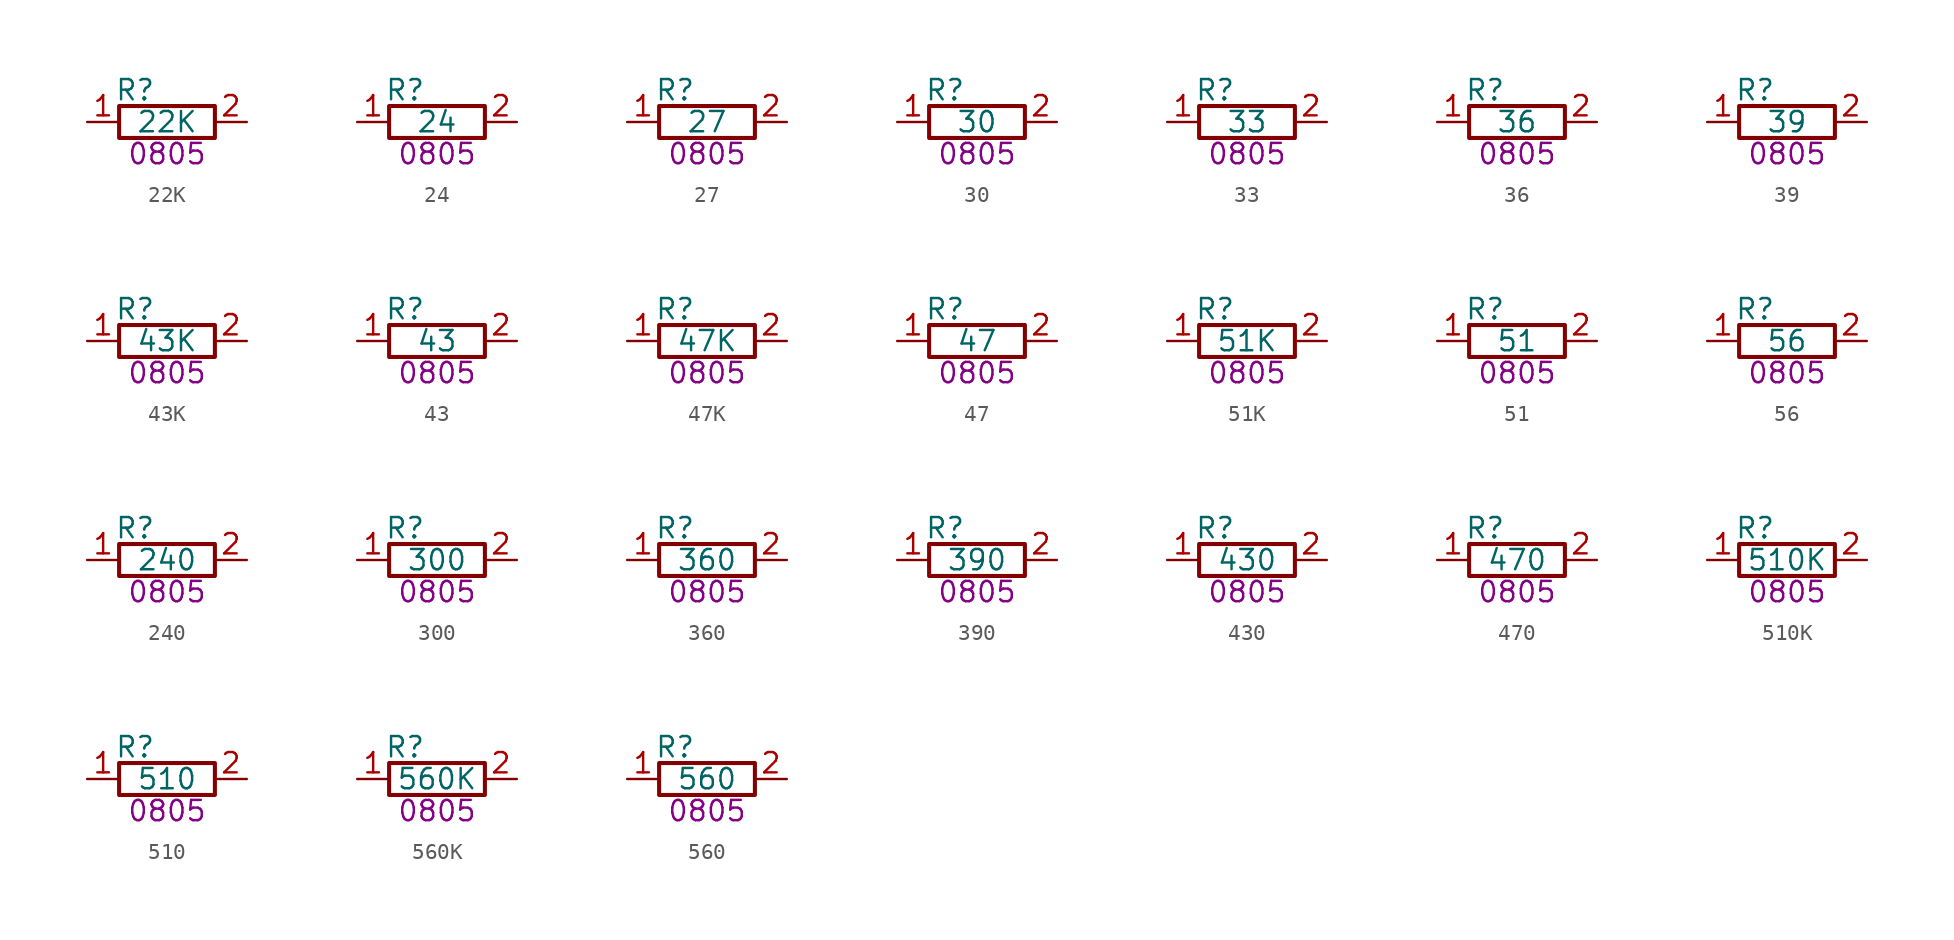
<source format=kicad_sym>
(kicad_symbol_lib
  (version 20211014)
  (generator kicad_symbol_editor)
  (symbol "22K"
    (property "Reference" "R"
      (at -2 1 0)
      (effects (font (size 1.27 1.27))))
    (property "Value" "22K"
      (at 0 -1 0)
      (effects (font (size 1.27 1.27))))
    (property "Size" "0805"
      (at 0 -3 0)
      (effects (font (size 1.27 1.27))))
    (symbol "22K_0_1"
      (rectangle (start -3 0) (end 3 -2) (stroke (width 0.254) (type default) (color 0 0 0 0)) (fill (type none))))
    (symbol "22K_1_1"
      (pin passive line (at -5 -1 0) (length 2) (name "~" (effects (font (size 1.27 1.27)))) (number "1" (effects (font (size 1.27 1.27)))))
      (pin passive line (at 5 -1 180) (length 2) (name "~" (effects (font (size 1.27 1.27)))) (number "2" (effects (font (size 1.27 1.27)))))))
  (symbol "24"
    (property "Reference" "R"
      (at -2 1 0)
      (effects (font (size 1.27 1.27))))
    (property "Value" "24"
      (at 0 -1 0)
      (effects (font (size 1.27 1.27))))
    (property "Size" "0805"
      (at 0 -3 0)
      (effects (font (size 1.27 1.27))))
    (symbol "24_0_1"
      (rectangle (start -3 0) (end 3 -2) (stroke (width 0.254) (type default) (color 0 0 0 0)) (fill (type none))))
    (symbol "24_1_1"
      (pin passive line (at -5 -1 0) (length 2) (name "~" (effects (font (size 1.27 1.27)))) (number "1" (effects (font (size 1.27 1.27)))))
      (pin passive line (at 5 -1 180) (length 2) (name "~" (effects (font (size 1.27 1.27)))) (number "2" (effects (font (size 1.27 1.27)))))))
  (symbol "27"
    (property "Reference" "R"
      (at -2 1 0)
      (effects (font (size 1.27 1.27))))
    (property "Value" "27"
      (at 0 -1 0)
      (effects (font (size 1.27 1.27))))
    (property "Size" "0805"
      (at 0 -3 0)
      (effects (font (size 1.27 1.27))))
    (symbol "27_0_1"
      (rectangle (start -3 0) (end 3 -2) (stroke (width 0.254) (type default) (color 0 0 0 0)) (fill (type none))))
    (symbol "27_1_1"
      (pin passive line (at -5 -1 0) (length 2) (name "~" (effects (font (size 1.27 1.27)))) (number "1" (effects (font (size 1.27 1.27)))))
      (pin passive line (at 5 -1 180) (length 2) (name "~" (effects (font (size 1.27 1.27)))) (number "2" (effects (font (size 1.27 1.27)))))))
  (symbol "30"
    (property "Reference" "R"
      (at -2 1 0)
      (effects (font (size 1.27 1.27))))
    (property "Value" "30"
      (at 0 -1 0)
      (effects (font (size 1.27 1.27))))
    (property "Size" "0805"
      (at 0 -3 0)
      (effects (font (size 1.27 1.27))))
    (symbol "30_0_1"
      (rectangle (start -3 0) (end 3 -2) (stroke (width 0.254) (type default) (color 0 0 0 0)) (fill (type none))))
    (symbol "30_1_1"
      (pin passive line (at -5 -1 0) (length 2) (name "~" (effects (font (size 1.27 1.27)))) (number "1" (effects (font (size 1.27 1.27)))))
      (pin passive line (at 5 -1 180) (length 2) (name "~" (effects (font (size 1.27 1.27)))) (number "2" (effects (font (size 1.27 1.27)))))))
  (symbol "33"
    (property "Reference" "R"
      (at -2 1 0)
      (effects (font (size 1.27 1.27))))
    (property "Value" "33"
      (at 0 -1 0)
      (effects (font (size 1.27 1.27))))
    (property "Size" "0805"
      (at 0 -3 0)
      (effects (font (size 1.27 1.27))))
    (symbol "33_0_1"
      (rectangle (start -3 0) (end 3 -2) (stroke (width 0.254) (type default) (color 0 0 0 0)) (fill (type none))))
    (symbol "33_1_1"
      (pin passive line (at -5 -1 0) (length 2) (name "~" (effects (font (size 1.27 1.27)))) (number "1" (effects (font (size 1.27 1.27)))))
      (pin passive line (at 5 -1 180) (length 2) (name "~" (effects (font (size 1.27 1.27)))) (number "2" (effects (font (size 1.27 1.27)))))))
  (symbol "36"
    (property "Reference" "R"
      (at -2 1 0)
      (effects (font (size 1.27 1.27))))
    (property "Value" "36"
      (at 0 -1 0)
      (effects (font (size 1.27 1.27))))
    (property "Size" "0805"
      (at 0 -3 0)
      (effects (font (size 1.27 1.27))))
    (symbol "36_0_1"
      (rectangle (start -3 0) (end 3 -2) (stroke (width 0.254) (type default) (color 0 0 0 0)) (fill (type none))))
    (symbol "36_1_1"
      (pin passive line (at -5 -1 0) (length 2) (name "~" (effects (font (size 1.27 1.27)))) (number "1" (effects (font (size 1.27 1.27)))))
      (pin passive line (at 5 -1 180) (length 2) (name "~" (effects (font (size 1.27 1.27)))) (number "2" (effects (font (size 1.27 1.27)))))))
  (symbol "39"
    (property "Reference" "R"
      (at -2 1 0)
      (effects (font (size 1.27 1.27))))
    (property "Value" "39"
      (at 0 -1 0)
      (effects (font (size 1.27 1.27))))
    (property "Size" "0805"
      (at 0 -3 0)
      (effects (font (size 1.27 1.27))))
    (symbol "39_0_1"
      (rectangle (start -3 0) (end 3 -2) (stroke (width 0.254) (type default) (color 0 0 0 0)) (fill (type none))))
    (symbol "39_1_1"
      (pin passive line (at -5 -1 0) (length 2) (name "~" (effects (font (size 1.27 1.27)))) (number "1" (effects (font (size 1.27 1.27)))))
      (pin passive line (at 5 -1 180) (length 2) (name "~" (effects (font (size 1.27 1.27)))) (number "2" (effects (font (size 1.27 1.27)))))))
  (symbol "43K"
    (property "Reference" "R"
      (at -2 1 0)
      (effects (font (size 1.27 1.27))))
    (property "Value" "43K"
      (at 0 -1 0)
      (effects (font (size 1.27 1.27))))
    (property "Size" "0805"
      (at 0 -3 0)
      (effects (font (size 1.27 1.27))))
    (symbol "43K_0_1"
      (rectangle (start -3 0) (end 3 -2) (stroke (width 0.254) (type default) (color 0 0 0 0)) (fill (type none))))
    (symbol "43K_1_1"
      (pin passive line (at -5 -1 0) (length 2) (name "~" (effects (font (size 1.27 1.27)))) (number "1" (effects (font (size 1.27 1.27)))))
      (pin passive line (at 5 -1 180) (length 2) (name "~" (effects (font (size 1.27 1.27)))) (number "2" (effects (font (size 1.27 1.27)))))))
  (symbol "43"
    (property "Reference" "R"
      (at -2 1 0)
      (effects (font (size 1.27 1.27))))
    (property "Value" "43"
      (at 0 -1 0)
      (effects (font (size 1.27 1.27))))
    (property "Size" "0805"
      (at 0 -3 0)
      (effects (font (size 1.27 1.27))))
    (symbol "43_0_1"
      (rectangle (start -3 0) (end 3 -2) (stroke (width 0.254) (type default) (color 0 0 0 0)) (fill (type none))))
    (symbol "43_1_1"
      (pin passive line (at -5 -1 0) (length 2) (name "~" (effects (font (size 1.27 1.27)))) (number "1" (effects (font (size 1.27 1.27)))))
      (pin passive line (at 5 -1 180) (length 2) (name "~" (effects (font (size 1.27 1.27)))) (number "2" (effects (font (size 1.27 1.27)))))))
  (symbol "47K"
    (property "Reference" "R"
      (at -2 1 0)
      (effects (font (size 1.27 1.27))))
    (property "Value" "47K"
      (at 0 -1 0)
      (effects (font (size 1.27 1.27))))
    (property "Size" "0805"
      (at 0 -3 0)
      (effects (font (size 1.27 1.27))))
    (symbol "47K_0_1"
      (rectangle (start -3 0) (end 3 -2) (stroke (width 0.254) (type default) (color 0 0 0 0)) (fill (type none))))
    (symbol "47K_1_1"
      (pin passive line (at -5 -1 0) (length 2) (name "~" (effects (font (size 1.27 1.27)))) (number "1" (effects (font (size 1.27 1.27)))))
      (pin passive line (at 5 -1 180) (length 2) (name "~" (effects (font (size 1.27 1.27)))) (number "2" (effects (font (size 1.27 1.27)))))))
  (symbol "47"
    (property "Reference" "R"
      (at -2 1 0)
      (effects (font (size 1.27 1.27))))
    (property "Value" "47"
      (at 0 -1 0)
      (effects (font (size 1.27 1.27))))
    (property "Size" "0805"
      (at 0 -3 0)
      (effects (font (size 1.27 1.27))))
    (symbol "47_0_1"
      (rectangle (start -3 0) (end 3 -2) (stroke (width 0.254) (type default) (color 0 0 0 0)) (fill (type none))))
    (symbol "47_1_1"
      (pin passive line (at -5 -1 0) (length 2) (name "~" (effects (font (size 1.27 1.27)))) (number "1" (effects (font (size 1.27 1.27)))))
      (pin passive line (at 5 -1 180) (length 2) (name "~" (effects (font (size 1.27 1.27)))) (number "2" (effects (font (size 1.27 1.27)))))))
  (symbol "51K"
    (property "Reference" "R"
      (at -2 1 0)
      (effects (font (size 1.27 1.27))))
    (property "Value" "51K"
      (at 0 -1 0)
      (effects (font (size 1.27 1.27))))
    (property "Size" "0805"
      (at 0 -3 0)
      (effects (font (size 1.27 1.27))))
    (symbol "51K_0_1"
      (rectangle (start -3 0) (end 3 -2) (stroke (width 0.254) (type default) (color 0 0 0 0)) (fill (type none))))
    (symbol "51K_1_1"
      (pin passive line (at -5 -1 0) (length 2) (name "~" (effects (font (size 1.27 1.27)))) (number "1" (effects (font (size 1.27 1.27)))))
      (pin passive line (at 5 -1 180) (length 2) (name "~" (effects (font (size 1.27 1.27)))) (number "2" (effects (font (size 1.27 1.27)))))))
  (symbol "51"
    (property "Reference" "R"
      (at -2 1 0)
      (effects (font (size 1.27 1.27))))
    (property "Value" "51"
      (at 0 -1 0)
      (effects (font (size 1.27 1.27))))
    (property "Size" "0805"
      (at 0 -3 0)
      (effects (font (size 1.27 1.27))))
    (symbol "51_0_1"
      (rectangle (start -3 0) (end 3 -2) (stroke (width 0.254) (type default) (color 0 0 0 0)) (fill (type none))))
    (symbol "51_1_1"
      (pin passive line (at -5 -1 0) (length 2) (name "~" (effects (font (size 1.27 1.27)))) (number "1" (effects (font (size 1.27 1.27)))))
      (pin passive line (at 5 -1 180) (length 2) (name "~" (effects (font (size 1.27 1.27)))) (number "2" (effects (font (size 1.27 1.27)))))))
  (symbol "56"
    (property "Reference" "R"
      (at -2 1 0)
      (effects (font (size 1.27 1.27))))
    (property "Value" "56"
      (at 0 -1 0)
      (effects (font (size 1.27 1.27))))
    (property "Size" "0805"
      (at 0 -3 0)
      (effects (font (size 1.27 1.27))))
    (symbol "56_0_1"
      (rectangle (start -3 0) (end 3 -2) (stroke (width 0.254) (type default) (color 0 0 0 0)) (fill (type none))))
    (symbol "56_1_1"
      (pin passive line (at -5 -1 0) (length 2) (name "~" (effects (font (size 1.27 1.27)))) (number "1" (effects (font (size 1.27 1.27)))))
      (pin passive line (at 5 -1 180) (length 2) (name "~" (effects (font (size 1.27 1.27)))) (number "2" (effects (font (size 1.27 1.27)))))))
  (symbol "240"
    (property "Reference" "R"
      (at -2 1 0)
      (effects (font (size 1.27 1.27))))
    (property "Value" "240"
      (at 0 -1 0)
      (effects (font (size 1.27 1.27))))
    (property "Size" "0805"
      (at 0 -3 0)
      (effects (font (size 1.27 1.27))))
    (symbol "240_0_1"
      (rectangle (start -3 0) (end 3 -2) (stroke (width 0.254) (type default) (color 0 0 0 0)) (fill (type none))))
    (symbol "240_1_1"
      (pin passive line (at -5 -1 0) (length 2) (name "~" (effects (font (size 1.27 1.27)))) (number "1" (effects (font (size 1.27 1.27)))))
      (pin passive line (at 5 -1 180) (length 2) (name "~" (effects (font (size 1.27 1.27)))) (number "2" (effects (font (size 1.27 1.27)))))))
  (symbol "300"
    (property "Reference" "R"
      (at -2 1 0)
      (effects (font (size 1.27 1.27))))
    (property "Value" "300"
      (at 0 -1 0)
      (effects (font (size 1.27 1.27))))
    (property "Size" "0805"
      (at 0 -3 0)
      (effects (font (size 1.27 1.27))))
    (symbol "300_0_1"
      (rectangle (start -3 0) (end 3 -2) (stroke (width 0.254) (type default) (color 0 0 0 0)) (fill (type none))))
    (symbol "300_1_1"
      (pin passive line (at -5 -1 0) (length 2) (name "~" (effects (font (size 1.27 1.27)))) (number "1" (effects (font (size 1.27 1.27)))))
      (pin passive line (at 5 -1 180) (length 2) (name "~" (effects (font (size 1.27 1.27)))) (number "2" (effects (font (size 1.27 1.27)))))))
  (symbol "360"
    (property "Reference" "R"
      (at -2 1 0)
      (effects (font (size 1.27 1.27))))
    (property "Value" "360"
      (at 0 -1 0)
      (effects (font (size 1.27 1.27))))
    (property "Size" "0805"
      (at 0 -3 0)
      (effects (font (size 1.27 1.27))))
    (symbol "360_0_1"
      (rectangle (start -3 0) (end 3 -2) (stroke (width 0.254) (type default) (color 0 0 0 0)) (fill (type none))))
    (symbol "360_1_1"
      (pin passive line (at -5 -1 0) (length 2) (name "~" (effects (font (size 1.27 1.27)))) (number "1" (effects (font (size 1.27 1.27)))))
      (pin passive line (at 5 -1 180) (length 2) (name "~" (effects (font (size 1.27 1.27)))) (number "2" (effects (font (size 1.27 1.27)))))))
  (symbol "390"
    (property "Reference" "R"
      (at -2 1 0)
      (effects (font (size 1.27 1.27))))
    (property "Value" "390"
      (at 0 -1 0)
      (effects (font (size 1.27 1.27))))
    (property "Size" "0805"
      (at 0 -3 0)
      (effects (font (size 1.27 1.27))))
    (symbol "390_0_1"
      (rectangle (start -3 0) (end 3 -2) (stroke (width 0.254) (type default) (color 0 0 0 0)) (fill (type none))))
    (symbol "390_1_1"
      (pin passive line (at -5 -1 0) (length 2) (name "~" (effects (font (size 1.27 1.27)))) (number "1" (effects (font (size 1.27 1.27)))))
      (pin passive line (at 5 -1 180) (length 2) (name "~" (effects (font (size 1.27 1.27)))) (number "2" (effects (font (size 1.27 1.27)))))))
  (symbol "430"
    (property "Reference" "R"
      (at -2 1 0)
      (effects (font (size 1.27 1.27))))
    (property "Value" "430"
      (at 0 -1 0)
      (effects (font (size 1.27 1.27))))
    (property "Size" "0805"
      (at 0 -3 0)
      (effects (font (size 1.27 1.27))))
    (symbol "430_0_1"
      (rectangle (start -3 0) (end 3 -2) (stroke (width 0.254) (type default) (color 0 0 0 0)) (fill (type none))))
    (symbol "430_1_1"
      (pin passive line (at -5 -1 0) (length 2) (name "~" (effects (font (size 1.27 1.27)))) (number "1" (effects (font (size 1.27 1.27)))))
      (pin passive line (at 5 -1 180) (length 2) (name "~" (effects (font (size 1.27 1.27)))) (number "2" (effects (font (size 1.27 1.27)))))))
  (symbol "470"
    (property "Reference" "R"
      (at -2 1 0)
      (effects (font (size 1.27 1.27))))
    (property "Value" "470"
      (at 0 -1 0)
      (effects (font (size 1.27 1.27))))
    (property "Size" "0805"
      (at 0 -3 0)
      (effects (font (size 1.27 1.27))))
    (symbol "470_0_1"
      (rectangle (start -3 0) (end 3 -2) (stroke (width 0.254) (type default) (color 0 0 0 0)) (fill (type none))))
    (symbol "470_1_1"
      (pin passive line (at -5 -1 0) (length 2) (name "~" (effects (font (size 1.27 1.27)))) (number "1" (effects (font (size 1.27 1.27)))))
      (pin passive line (at 5 -1 180) (length 2) (name "~" (effects (font (size 1.27 1.27)))) (number "2" (effects (font (size 1.27 1.27)))))))
  (symbol "510K"
    (property "Reference" "R"
      (at -2 1 0)
      (effects (font (size 1.27 1.27))))
    (property "Value" "510K"
      (at 0 -1 0)
      (effects (font (size 1.27 1.27))))
    (property "Size" "0805"
      (at 0 -3 0)
      (effects (font (size 1.27 1.27))))
    (symbol "510K_0_1"
      (rectangle (start -3 0) (end 3 -2) (stroke (width 0.254) (type default) (color 0 0 0 0)) (fill (type none))))
    (symbol "510K_1_1"
      (pin passive line (at -5 -1 0) (length 2) (name "~" (effects (font (size 1.27 1.27)))) (number "1" (effects (font (size 1.27 1.27)))))
      (pin passive line (at 5 -1 180) (length 2) (name "~" (effects (font (size 1.27 1.27)))) (number "2" (effects (font (size 1.27 1.27)))))))
  (symbol "510"
    (property "Reference" "R"
      (at -2 1 0)
      (effects (font (size 1.27 1.27))))
    (property "Value" "510"
      (at 0 -1 0)
      (effects (font (size 1.27 1.27))))
    (property "Size" "0805"
      (at 0 -3 0)
      (effects (font (size 1.27 1.27))))
    (symbol "510_0_1"
      (rectangle (start -3 0) (end 3 -2) (stroke (width 0.254) (type default) (color 0 0 0 0)) (fill (type none))))
    (symbol "510_1_1"
      (pin passive line (at -5 -1 0) (length 2) (name "~" (effects (font (size 1.27 1.27)))) (number "1" (effects (font (size 1.27 1.27)))))
      (pin passive line (at 5 -1 180) (length 2) (name "~" (effects (font (size 1.27 1.27)))) (number "2" (effects (font (size 1.27 1.27)))))))
  (symbol "560K"
    (property "Reference" "R"
      (at -2 1 0)
      (effects (font (size 1.27 1.27))))
    (property "Value" "560K"
      (at 0 -1 0)
      (effects (font (size 1.27 1.27))))
    (property "Size" "0805"
      (at 0 -3 0)
      (effects (font (size 1.27 1.27))))
    (symbol "560K_0_1"
      (rectangle (start -3 0) (end 3 -2) (stroke (width 0.254) (type default) (color 0 0 0 0)) (fill (type none))))
    (symbol "560K_1_1"
      (pin passive line (at -5 -1 0) (length 2) (name "~" (effects (font (size 1.27 1.27)))) (number "1" (effects (font (size 1.27 1.27)))))
      (pin passive line (at 5 -1 180) (length 2) (name "~" (effects (font (size 1.27 1.27)))) (number "2" (effects (font (size 1.27 1.27)))))))
  (symbol "560"
    (property "Reference" "R"
      (at -2 1 0)
      (effects (font (size 1.27 1.27))))
    (property "Value" "560"
      (at 0 -1 0)
      (effects (font (size 1.27 1.27))))
    (property "Size" "0805"
      (at 0 -3 0)
      (effects (font (size 1.27 1.27))))
    (symbol "560_0_1"
      (rectangle (start -3 0) (end 3 -2) (stroke (width 0.254) (type default) (color 0 0 0 0)) (fill (type none))))
    (symbol "560_1_1"
      (pin passive line (at -5 -1 0) (length 2) (name "~" (effects (font (size 1.27 1.27)))) (number "1" (effects (font (size 1.27 1.27)))))
      (pin passive line (at 5 -1 180) (length 2) (name "~" (effects (font (size 1.27 1.27)))) (number "2" (effects (font (size 1.27 1.27))))))))
</source>
